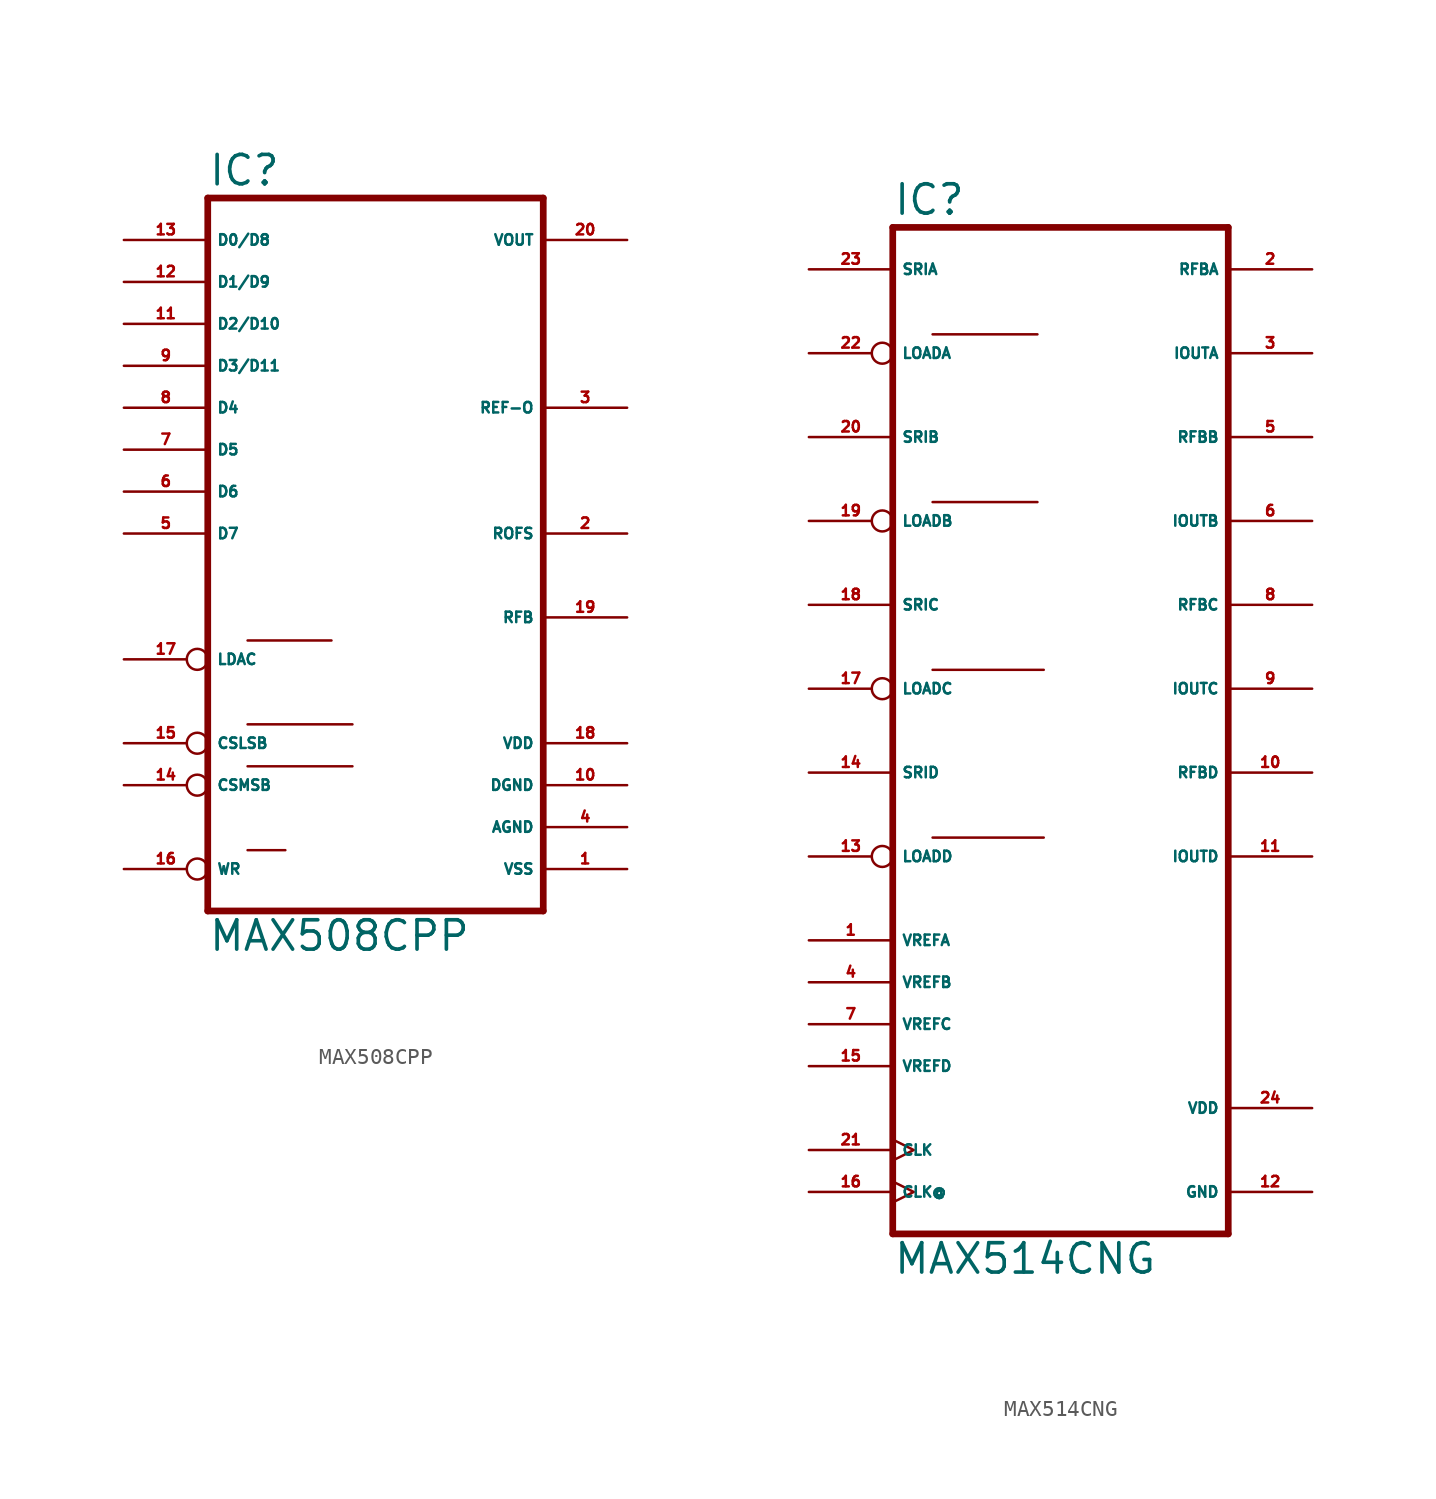
<source format=kicad_sym>
(kicad_symbol_lib
  (version 20220914)
  (generator Eagle2Kicad)
  (symbol "MAX508CPP"
    (property "Reference" "IC"
      (at -10.16 23.495 0)
      (effects (font (size 1.778 1.778) (thickness 0.22)) (justify left bottom)))
    (property "Value" "MAX508CPP"
      (at -10.16 -22.86 0)
      (effects (font (size 1.778 1.778) (thickness 0.22)) (justify left bottom)))
    (polyline
      (pts (xy -10.16 -20.32) (xy 10.16 -20.32))
      (stroke (width 0.406) (type default))
      (fill (type none)))
    (polyline
      (pts (xy 10.16 22.86) (xy 10.16 -20.32))
      (stroke (width 0.406) (type default))
      (fill (type none)))
    (polyline
      (pts (xy 10.16 22.86) (xy -10.16 22.86))
      (stroke (width 0.406) (type default))
      (fill (type none)))
    (polyline
      (pts (xy -10.16 -20.32) (xy -10.16 22.86))
      (stroke (width 0.406) (type default))
      (fill (type none)))
    (polyline
      (pts (xy -7.747 -3.937) (xy -2.667 -3.937))
      (stroke (width 0.152) (type default))
      (fill (type none)))
    (polyline
      (pts (xy -7.747 -16.637) (xy -5.461 -16.637))
      (stroke (width 0.152) (type default))
      (fill (type none)))
    (polyline
      (pts (xy -7.747 -9.017) (xy -1.397 -9.017))
      (stroke (width 0.152) (type default))
      (fill (type none)))
    (polyline
      (pts (xy -7.747 -11.557) (xy -1.397 -11.557))
      (stroke (width 0.152) (type default))
      (fill (type none)))
    (pin input line
      (at -15.24 7.62 0)
      (length 5.08)
      (name "D5" (effects (font (size 0.635 0.635) (thickness 0.08)) (justify left bottom)))
      (number "7" (effects (font (size 0.635 0.635) (thickness 0.08)) (justify left bottom))))
    (pin input line
      (at -15.24 5.08 0)
      (length 5.08)
      (name "D6" (effects (font (size 0.635 0.635) (thickness 0.08)) (justify left bottom)))
      (number "6" (effects (font (size 0.635 0.635) (thickness 0.08)) (justify left bottom))))
    (pin input line
      (at -15.24 2.54 0)
      (length 5.08)
      (name "D7" (effects (font (size 0.635 0.635) (thickness 0.08)) (justify left bottom)))
      (number "5" (effects (font (size 0.635 0.635) (thickness 0.08)) (justify left bottom))))
    (pin input line
      (at -15.24 20.32 0)
      (length 5.08)
      (name "D0/D8" (effects (font (size 0.635 0.635) (thickness 0.08)) (justify left bottom)))
      (number "13" (effects (font (size 0.635 0.635) (thickness 0.08)) (justify left bottom))))
    (pin input line
      (at -15.24 17.78 0)
      (length 5.08)
      (name "D1/D9" (effects (font (size 0.635 0.635) (thickness 0.08)) (justify left bottom)))
      (number "12" (effects (font (size 0.635 0.635) (thickness 0.08)) (justify left bottom))))
    (pin input line
      (at -15.24 15.24 0)
      (length 5.08)
      (name "D2/D10" (effects (font (size 0.635 0.635) (thickness 0.08)) (justify left bottom)))
      (number "11" (effects (font (size 0.635 0.635) (thickness 0.08)) (justify left bottom))))
    (pin input line
      (at -15.24 12.7 0)
      (length 5.08)
      (name "D3/D11" (effects (font (size 0.635 0.635) (thickness 0.08)) (justify left bottom)))
      (number "9" (effects (font (size 0.635 0.635) (thickness 0.08)) (justify left bottom))))
    (pin input line
      (at -15.24 10.16 0)
      (length 5.08)
      (name "D4" (effects (font (size 0.635 0.635) (thickness 0.08)) (justify left bottom)))
      (number "8" (effects (font (size 0.635 0.635) (thickness 0.08)) (justify left bottom))))
    (pin input inverted
      (at -15.24 -5.08 0)
      (length 5.08)
      (name "LDAC" (effects (font (size 0.635 0.635) (thickness 0.08)) (justify left bottom)))
      (number "17" (effects (font (size 0.635 0.635) (thickness 0.08)) (justify left bottom))))
    (pin output line
      (at 15.24 20.32 180)
      (length 5.08)
      (name "VOUT" (effects (font (size 0.635 0.635) (thickness 0.08)) (justify left bottom)))
      (number "20" (effects (font (size 0.635 0.635) (thickness 0.08)) (justify left bottom))))
    (pin input inverted
      (at -15.24 -17.78 0)
      (length 5.08)
      (name "WR" (effects (font (size 0.635 0.635) (thickness 0.08)) (justify left bottom)))
      (number "16" (effects (font (size 0.635 0.635) (thickness 0.08)) (justify left bottom))))
    (pin unspecified line
      (at 15.24 -15.24 180)
      (length 5.08)
      (name "AGND" (effects (font (size 0.635 0.635) (thickness 0.08)) (justify left bottom)))
      (number "4" (effects (font (size 0.635 0.635) (thickness 0.08)) (justify left bottom))))
    (pin unspecified line
      (at 15.24 -12.7 180)
      (length 5.08)
      (name "DGND" (effects (font (size 0.635 0.635) (thickness 0.08)) (justify left bottom)))
      (number "10" (effects (font (size 0.635 0.635) (thickness 0.08)) (justify left bottom))))
    (pin unspecified line
      (at 15.24 -10.16 180)
      (length 5.08)
      (name "VDD" (effects (font (size 0.635 0.635) (thickness 0.08)) (justify left bottom)))
      (number "18" (effects (font (size 0.635 0.635) (thickness 0.08)) (justify left bottom))))
    (pin output line
      (at 15.24 10.16 180)
      (length 5.08)
      (name "REF-O" (effects (font (size 0.635 0.635) (thickness 0.08)) (justify left bottom)))
      (number "3" (effects (font (size 0.635 0.635) (thickness 0.08)) (justify left bottom))))
    (pin passive line
      (at 15.24 2.54 180)
      (length 5.08)
      (name "ROFS" (effects (font (size 0.635 0.635) (thickness 0.08)) (justify left bottom)))
      (number "2" (effects (font (size 0.635 0.635) (thickness 0.08)) (justify left bottom))))
    (pin passive line
      (at 15.24 -2.54 180)
      (length 5.08)
      (name "RFB" (effects (font (size 0.635 0.635) (thickness 0.08)) (justify left bottom)))
      (number "19" (effects (font (size 0.635 0.635) (thickness 0.08)) (justify left bottom))))
    (pin unspecified line
      (at 15.24 -17.78 180)
      (length 5.08)
      (name "VSS" (effects (font (size 0.635 0.635) (thickness 0.08)) (justify left bottom)))
      (number "1" (effects (font (size 0.635 0.635) (thickness 0.08)) (justify left bottom))))
    (pin input inverted
      (at -15.24 -12.7 0)
      (length 5.08)
      (name "CSMSB" (effects (font (size 0.635 0.635) (thickness 0.08)) (justify left bottom)))
      (number "14" (effects (font (size 0.635 0.635) (thickness 0.08)) (justify left bottom))))
    (pin input inverted
      (at -15.24 -10.16 0)
      (length 5.08)
      (name "CSLSB" (effects (font (size 0.635 0.635) (thickness 0.08)) (justify left bottom)))
      (number "15" (effects (font (size 0.635 0.635) (thickness 0.08)) (justify left bottom)))))
  (symbol "MAX514CNG"
    (property "Reference" "IC"
      (at -12.7 31.115 0)
      (effects (font (size 1.778 1.778) (thickness 0.22)) (justify left bottom)))
    (property "Value" "MAX514CNG"
      (at -12.7 -33.02 0)
      (effects (font (size 1.778 1.778) (thickness 0.22)) (justify left bottom)))
    (polyline
      (pts (xy -12.7 -30.48) (xy 7.62 -30.48))
      (stroke (width 0.406) (type default))
      (fill (type none)))
    (polyline
      (pts (xy 7.62 30.48) (xy 7.62 -30.48))
      (stroke (width 0.406) (type default))
      (fill (type none)))
    (polyline
      (pts (xy 7.62 30.48) (xy -12.7 30.48))
      (stroke (width 0.406) (type default))
      (fill (type none)))
    (polyline
      (pts (xy -12.7 -30.48) (xy -12.7 30.48))
      (stroke (width 0.406) (type default))
      (fill (type none)))
    (polyline
      (pts (xy -10.287 24.003) (xy -3.937 24.003))
      (stroke (width 0.152) (type default))
      (fill (type none)))
    (polyline
      (pts (xy -10.287 -6.477) (xy -3.556 -6.477))
      (stroke (width 0.152) (type default))
      (fill (type none)))
    (polyline
      (pts (xy -10.287 13.843) (xy -3.937 13.843))
      (stroke (width 0.152) (type default))
      (fill (type none)))
    (polyline
      (pts (xy -10.287 3.683) (xy -3.556 3.683))
      (stroke (width 0.152) (type default))
      (fill (type none)))
    (pin input line
      (at -17.78 7.62 0)
      (length 5.08)
      (name "SRIC" (effects (font (size 0.635 0.635) (thickness 0.08)) (justify left bottom)))
      (number "18" (effects (font (size 0.635 0.635) (thickness 0.08)) (justify left bottom))))
    (pin input inverted
      (at -17.78 2.54 0)
      (length 5.08)
      (name "LOADC" (effects (font (size 0.635 0.635) (thickness 0.08)) (justify left bottom)))
      (number "17" (effects (font (size 0.635 0.635) (thickness 0.08)) (justify left bottom))))
    (pin input line
      (at -17.78 27.94 0)
      (length 5.08)
      (name "SRIA" (effects (font (size 0.635 0.635) (thickness 0.08)) (justify left bottom)))
      (number "23" (effects (font (size 0.635 0.635) (thickness 0.08)) (justify left bottom))))
    (pin input line
      (at -17.78 17.78 0)
      (length 5.08)
      (name "SRIB" (effects (font (size 0.635 0.635) (thickness 0.08)) (justify left bottom)))
      (number "20" (effects (font (size 0.635 0.635) (thickness 0.08)) (justify left bottom))))
    (pin input inverted
      (at -17.78 12.7 0)
      (length 5.08)
      (name "LOADB" (effects (font (size 0.635 0.635) (thickness 0.08)) (justify left bottom)))
      (number "19" (effects (font (size 0.635 0.635) (thickness 0.08)) (justify left bottom))))
    (pin input line
      (at -17.78 -2.54 0)
      (length 5.08)
      (name "SRID" (effects (font (size 0.635 0.635) (thickness 0.08)) (justify left bottom)))
      (number "14" (effects (font (size 0.635 0.635) (thickness 0.08)) (justify left bottom))))
    (pin input inverted
      (at -17.78 22.86 0)
      (length 5.08)
      (name "LOADA" (effects (font (size 0.635 0.635) (thickness 0.08)) (justify left bottom)))
      (number "22" (effects (font (size 0.635 0.635) (thickness 0.08)) (justify left bottom))))
    (pin unspecified line
      (at 12.7 -27.94 180)
      (length 5.08)
      (name "GND" (effects (font (size 0.635 0.635) (thickness 0.08)) (justify left bottom)))
      (number "12" (effects (font (size 0.635 0.635) (thickness 0.08)) (justify left bottom))))
    (pin unspecified line
      (at 12.7 -22.86 180)
      (length 5.08)
      (name "VDD" (effects (font (size 0.635 0.635) (thickness 0.08)) (justify left bottom)))
      (number "24" (effects (font (size 0.635 0.635) (thickness 0.08)) (justify left bottom))))
    (pin output line
      (at 12.7 12.7 180)
      (length 5.08)
      (name "IOUTB" (effects (font (size 0.635 0.635) (thickness 0.08)) (justify left bottom)))
      (number "6" (effects (font (size 0.635 0.635) (thickness 0.08)) (justify left bottom))))
    (pin passive line
      (at 12.7 17.78 180)
      (length 5.08)
      (name "RFBB" (effects (font (size 0.635 0.635) (thickness 0.08)) (justify left bottom)))
      (number "5" (effects (font (size 0.635 0.635) (thickness 0.08)) (justify left bottom))))
    (pin passive line
      (at 12.7 27.94 180)
      (length 5.08)
      (name "RFBA" (effects (font (size 0.635 0.635) (thickness 0.08)) (justify left bottom)))
      (number "2" (effects (font (size 0.635 0.635) (thickness 0.08)) (justify left bottom))))
    (pin input inverted
      (at -17.78 -7.62 0)
      (length 5.08)
      (name "LOADD" (effects (font (size 0.635 0.635) (thickness 0.08)) (justify left bottom)))
      (number "13" (effects (font (size 0.635 0.635) (thickness 0.08)) (justify left bottom))))
    (pin input line
      (at -17.78 -12.7 0)
      (length 5.08)
      (name "VREFA" (effects (font (size 0.635 0.635) (thickness 0.08)) (justify left bottom)))
      (number "1" (effects (font (size 0.635 0.635) (thickness 0.08)) (justify left bottom))))
    (pin output line
      (at 12.7 22.86 180)
      (length 5.08)
      (name "IOUTA" (effects (font (size 0.635 0.635) (thickness 0.08)) (justify left bottom)))
      (number "3" (effects (font (size 0.635 0.635) (thickness 0.08)) (justify left bottom))))
    (pin input line
      (at -17.78 -15.24 0)
      (length 5.08)
      (name "VREFB" (effects (font (size 0.635 0.635) (thickness 0.08)) (justify left bottom)))
      (number "4" (effects (font (size 0.635 0.635) (thickness 0.08)) (justify left bottom))))
    (pin input line
      (at -17.78 -17.78 0)
      (length 5.08)
      (name "VREFC" (effects (font (size 0.635 0.635) (thickness 0.08)) (justify left bottom)))
      (number "7" (effects (font (size 0.635 0.635) (thickness 0.08)) (justify left bottom))))
    (pin input line
      (at -17.78 -20.32 0)
      (length 5.08)
      (name "VREFD" (effects (font (size 0.635 0.635) (thickness 0.08)) (justify left bottom)))
      (number "15" (effects (font (size 0.635 0.635) (thickness 0.08)) (justify left bottom))))
    (pin passive clock
      (at -17.78 -27.94 0)
      (length 5.08)
      (name "CLK@" (effects (font (size 0.635 0.635) (thickness 0.08)) (justify left bottom)))
      (number "16" (effects (font (size 0.635 0.635) (thickness 0.08)) (justify left bottom))))
    (pin input clock
      (at -17.78 -25.4 0)
      (length 5.08)
      (name "CLK" (effects (font (size 0.635 0.635) (thickness 0.08)) (justify left bottom)))
      (number "21" (effects (font (size 0.635 0.635) (thickness 0.08)) (justify left bottom))))
    (pin passive line
      (at 12.7 7.62 180)
      (length 5.08)
      (name "RFBC" (effects (font (size 0.635 0.635) (thickness 0.08)) (justify left bottom)))
      (number "8" (effects (font (size 0.635 0.635) (thickness 0.08)) (justify left bottom))))
    (pin output line
      (at 12.7 2.54 180)
      (length 5.08)
      (name "IOUTC" (effects (font (size 0.635 0.635) (thickness 0.08)) (justify left bottom)))
      (number "9" (effects (font (size 0.635 0.635) (thickness 0.08)) (justify left bottom))))
    (pin passive line
      (at 12.7 -2.54 180)
      (length 5.08)
      (name "RFBD" (effects (font (size 0.635 0.635) (thickness 0.08)) (justify left bottom)))
      (number "10" (effects (font (size 0.635 0.635) (thickness 0.08)) (justify left bottom))))
    (pin output line
      (at 12.7 -7.62 180)
      (length 5.08)
      (name "IOUTD" (effects (font (size 0.635 0.635) (thickness 0.08)) (justify left bottom)))
      (number "11" (effects (font (size 0.635 0.635) (thickness 0.08)) (justify left bottom))))))
</source>
